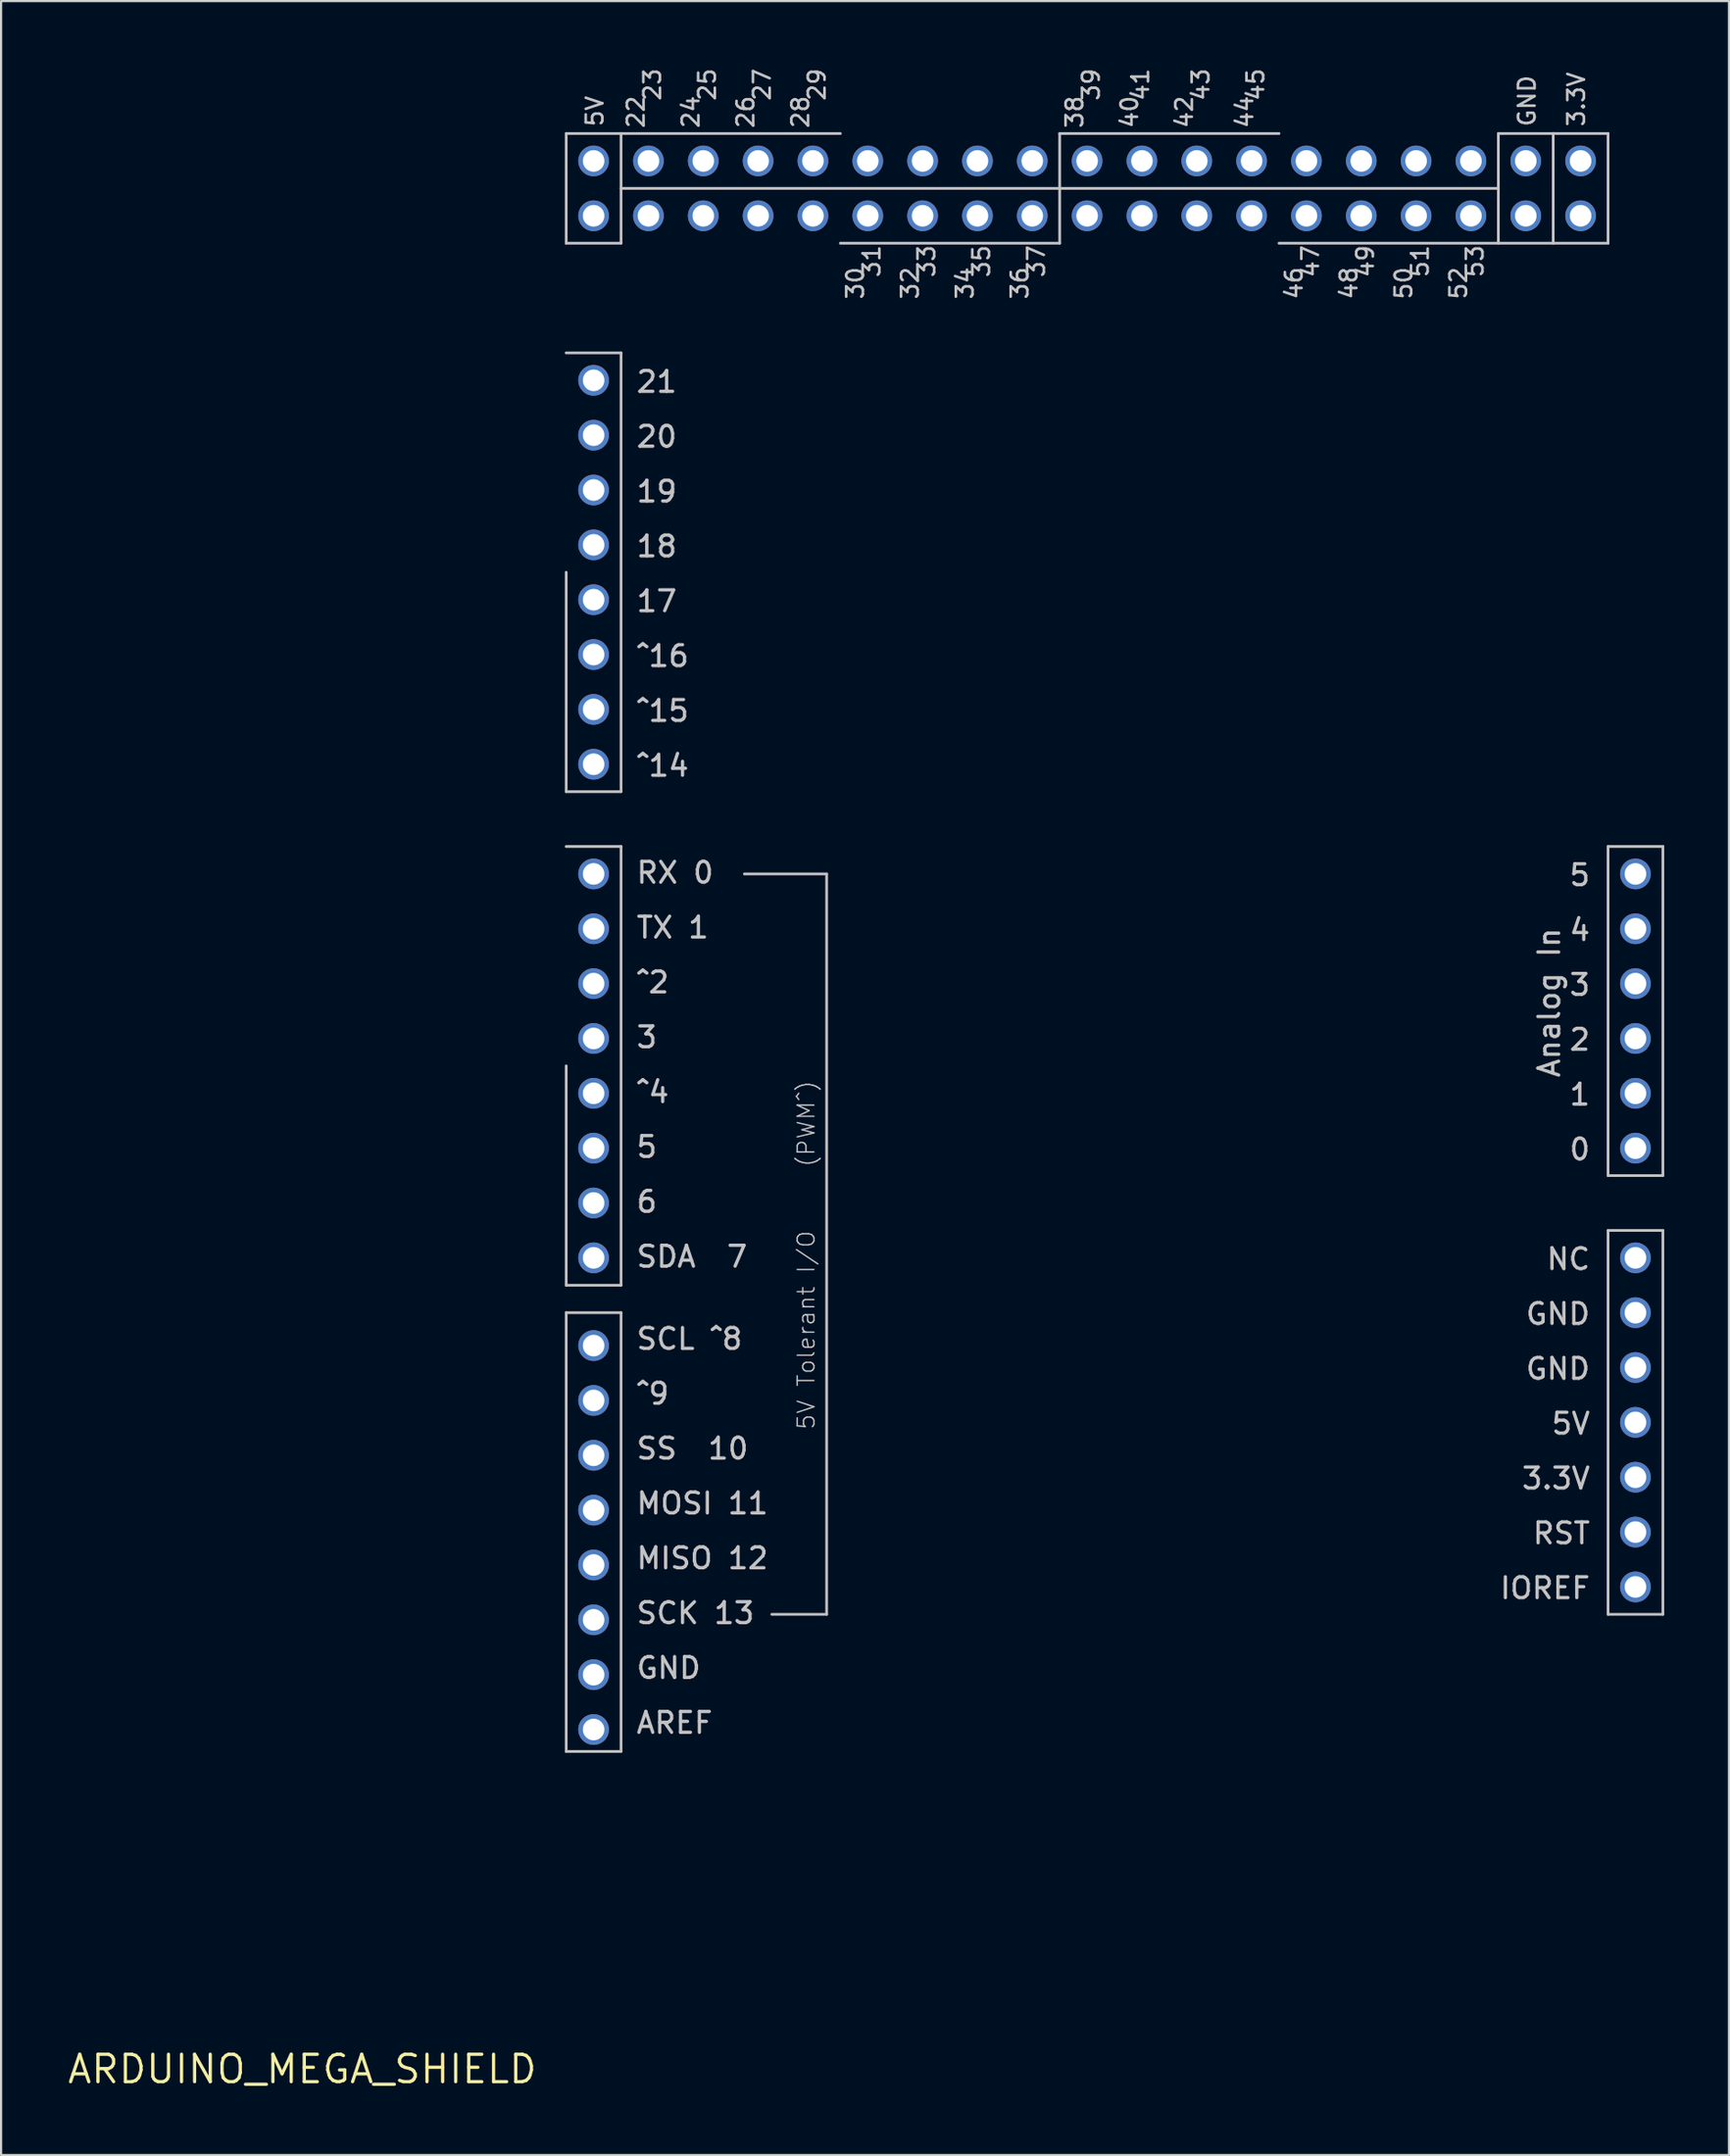
<source format=kicad_pcb>
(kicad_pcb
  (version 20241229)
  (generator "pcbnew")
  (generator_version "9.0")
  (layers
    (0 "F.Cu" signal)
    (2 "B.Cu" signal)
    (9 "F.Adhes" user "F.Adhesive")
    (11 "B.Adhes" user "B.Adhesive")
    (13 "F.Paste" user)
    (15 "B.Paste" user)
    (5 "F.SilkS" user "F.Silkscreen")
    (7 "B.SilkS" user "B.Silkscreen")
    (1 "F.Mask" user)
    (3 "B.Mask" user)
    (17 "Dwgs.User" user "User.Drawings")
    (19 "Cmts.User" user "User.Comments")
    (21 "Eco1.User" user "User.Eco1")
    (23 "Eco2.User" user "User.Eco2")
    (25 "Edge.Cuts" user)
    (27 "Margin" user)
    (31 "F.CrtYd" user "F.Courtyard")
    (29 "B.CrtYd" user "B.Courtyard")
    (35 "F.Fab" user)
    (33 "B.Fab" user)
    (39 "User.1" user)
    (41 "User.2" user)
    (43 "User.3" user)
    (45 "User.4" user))
  (footprint "ARDUINO_MEGA_SHIELD"
    (layer "F.Cu")
    (at 21.907 92.033)
    (property "Reference" "ARDUINO_MEGA_SHIELD" (at 0 0 0) (layer "F.SilkS") (effects (font (size 1.27 1.27) (thickness 0.15)) (justify right top)))
    (attr through_hole)
    (fp_line (start 1.27 -88.9) (end 1.27 -83.82) (stroke (width 0.127) (type solid)) (layer "Dwgs.User"))
    (fp_line (start 1.27 -88.9) (end 3.81 -88.9) (stroke (width 0.127) (type solid)) (layer "Dwgs.User"))
    (fp_line (start 1.27 -83.82) (end 3.81 -83.82) (stroke (width 0.127) (type solid)) (layer "Dwgs.User"))
    (fp_line (start 1.27 -78.74) (end 3.81 -78.74) (stroke (width 0.127) (type solid)) (layer "Dwgs.User"))
    (fp_line (start 1.27 -68.58) (end 1.27 -58.42) (stroke (width 0.127) (type solid)) (layer "Dwgs.User"))
    (fp_line (start 1.27 -58.42) (end 3.81 -58.42) (stroke (width 0.127) (type solid)) (layer "Dwgs.User"))
    (fp_line (start 1.27 -55.88) (end 3.81 -55.88) (stroke (width 0.127) (type solid)) (layer "Dwgs.User"))
    (fp_line (start 1.27 -45.72) (end 1.27 -35.56) (stroke (width 0.127) (type solid)) (layer "Dwgs.User"))
    (fp_line (start 1.27 -34.29) (end 3.81 -34.29) (stroke (width 0.127) (type solid)) (layer "Dwgs.User"))
    (fp_line (start 1.27 -13.97) (end 1.27 -34.29) (stroke (width 0.127) (type solid)) (layer "Dwgs.User"))
    (fp_line (start 3.81 -88.9) (end 3.81 -86.36) (stroke (width 0.127) (type solid)) (layer "Dwgs.User"))
    (fp_line (start 3.81 -88.9) (end 13.97 -88.9) (stroke (width 0.127) (type solid)) (layer "Dwgs.User"))
    (fp_line (start 3.81 -86.36) (end 3.81 -83.82) (stroke (width 0.127) (type solid)) (layer "Dwgs.User"))
    (fp_line (start 3.81 -86.36) (end 44.45 -86.36) (stroke (width 0.127) (type solid)) (layer "Dwgs.User"))
    (fp_line (start 3.81 -78.74) (end 3.81 -58.42) (stroke (width 0.127) (type solid)) (layer "Dwgs.User"))
    (fp_line (start 3.81 -55.88) (end 3.81 -35.56) (stroke (width 0.127) (type solid)) (layer "Dwgs.User"))
    (fp_line (start 3.81 -35.56) (end 1.27 -35.56) (stroke (width 0.127) (type solid)) (layer "Dwgs.User"))
    (fp_line (start 3.81 -34.29) (end 3.81 -13.97) (stroke (width 0.127) (type solid)) (layer "Dwgs.User"))
    (fp_line (start 3.81 -13.97) (end 1.27 -13.97) (stroke (width 0.127) (type solid)) (layer "Dwgs.User"))
    (fp_line (start 13.335 -54.61) (end 9.525 -54.61) (stroke (width 0.127) (type solid)) (layer "Dwgs.User"))
    (fp_line (start 13.335 -20.32) (end 10.795 -20.32) (stroke (width 0.127) (type solid)) (layer "Dwgs.User"))
    (fp_line (start 13.335 -20.32) (end 13.335 -54.61) (stroke (width 0.127) (type solid)) (layer "Dwgs.User"))
    (fp_line (start 13.97 -83.82) (end 24.13 -83.82) (stroke (width 0.127) (type solid)) (layer "Dwgs.User"))
    (fp_line (start 24.13 -88.9) (end 24.13 -83.82) (stroke (width 0.127) (type solid)) (layer "Dwgs.User"))
    (fp_line (start 24.13 -88.9) (end 34.29 -88.9) (stroke (width 0.127) (type solid)) (layer "Dwgs.User"))
    (fp_line (start 34.29 -83.82) (end 44.45 -83.82) (stroke (width 0.127) (type solid)) (layer "Dwgs.User"))
    (fp_line (start 44.45 -88.9) (end 44.45 -86.36) (stroke (width 0.127) (type solid)) (layer "Dwgs.User"))
    (fp_line (start 44.45 -86.36) (end 44.45 -83.82) (stroke (width 0.127) (type solid)) (layer "Dwgs.User"))
    (fp_line (start 44.45 -83.82) (end 46.99 -83.82) (stroke (width 0.127) (type solid)) (layer "Dwgs.User"))
    (fp_line (start 46.99 -88.9) (end 44.45 -88.9) (stroke (width 0.127) (type solid)) (layer "Dwgs.User"))
    (fp_line (start 46.99 -88.9) (end 46.99 -83.82) (stroke (width 0.127) (type solid)) (layer "Dwgs.User"))
    (fp_line (start 46.99 -83.82) (end 49.53 -83.82) (stroke (width 0.127) (type solid)) (layer "Dwgs.User"))
    (fp_line (start 49.53 -88.9) (end 46.99 -88.9) (stroke (width 0.127) (type solid)) (layer "Dwgs.User"))
    (fp_line (start 49.53 -83.82) (end 49.53 -88.9) (stroke (width 0.127) (type solid)) (layer "Dwgs.User"))
    (fp_line (start 49.53 -55.88) (end 52.07 -55.88) (stroke (width 0.127) (type solid)) (layer "Dwgs.User"))
    (fp_line (start 49.53 -40.64) (end 49.53 -55.88) (stroke (width 0.127) (type solid)) (layer "Dwgs.User"))
    (fp_line (start 49.53 -38.1) (end 49.53 -20.32) (stroke (width 0.127) (type solid)) (layer "Dwgs.User"))
    (fp_line (start 49.53 -20.32) (end 52.07 -20.32) (stroke (width 0.127) (type solid)) (layer "Dwgs.User"))
    (fp_line (start 52.07 -55.88) (end 52.07 -40.64) (stroke (width 0.127) (type solid)) (layer "Dwgs.User"))
    (fp_line (start 52.07 -40.64) (end 49.53 -40.64) (stroke (width 0.127) (type solid)) (layer "Dwgs.User"))
    (fp_line (start 52.07 -38.1) (end 49.53 -38.1) (stroke (width 0.127) (type solid)) (layer "Dwgs.User"))
    (fp_line (start 52.07 -20.32) (end 52.07 -38.1) (stroke (width 0.127) (type solid)) (layer "Dwgs.User"))
    (fp_text user "SDA  7" (at 4.445 -36.322 0) (layer "Dwgs.User") (effects (font (size 0.965 0.965) (thickness 0.152)) (justify left bottom)))
    (fp_text user "GND" (at 48.781 -32.258 0) (layer "Dwgs.User") (effects (font (size 0.965 0.965) (thickness 0.152)) (justify right top)))
    (fp_text user "MOSI 11" (at 4.445 -24.892 0) (layer "Dwgs.User") (effects (font (size 0.965 0.965) (thickness 0.152)) (justify left bottom)))
    (fp_text user "19" (at 4.445 -71.755 0) (layer "Dwgs.User") (effects (font (size 0.965 0.965) (thickness 0.152)) (justify left bottom)))
    (fp_text user "SCK 13" (at 4.445 -19.812 0) (layer "Dwgs.User") (effects (font (size 0.965 0.965) (thickness 0.152)) (justify left bottom)))
    (fp_text user "5V" (at 48.781 -29.718 0) (layer "Dwgs.User") (effects (font (size 0.965 0.965) (thickness 0.152)) (justify right top)))
    (fp_text user "6" (at 4.445 -38.862 0) (layer "Dwgs.User") (effects (font (size 0.965 0.965) (thickness 0.152)) (justify left bottom)))
    (fp_text user "27" (at 10.795 -90.351 90) (layer "Dwgs.User") (effects (font (size 0.772 0.772) (thickness 0.122)) (justify left bottom)))
    (fp_text user "0" (at 48.781 -42.418 0) (layer "Dwgs.User") (effects (font (size 0.965 0.965) (thickness 0.152)) (justify right top)))
    (fp_text user "43" (at 31.115 -90.351 90) (layer "Dwgs.User") (effects (font (size 0.772 0.772) (thickness 0.122)) (justify left bottom)))
    (fp_text user "21" (at 4.445 -76.835 0) (layer "Dwgs.User") (effects (font (size 0.965 0.965) (thickness 0.152)) (justify left bottom)))
    (fp_text user "41" (at 28.321 -90.351 90) (layer "Dwgs.User") (effects (font (size 0.772 0.772) (thickness 0.122)) (justify left bottom)))
    (fp_text user "17" (at 4.445 -66.675 0) (layer "Dwgs.User") (effects (font (size 0.965 0.965) (thickness 0.152)) (justify left bottom)))
    (fp_text user "TX 1" (at 4.445 -51.562 0) (layer "Dwgs.User") (effects (font (size 0.965 0.965) (thickness 0.152)) (justify left bottom)))
    (fp_text user "^4" (at 4.445 -43.942 0) (layer "Dwgs.User") (effects (font (size 0.965 0.965) (thickness 0.152)) (justify left bottom)))
    (fp_text user "20" (at 4.445 -74.295 0) (layer "Dwgs.User") (effects (font (size 0.965 0.965) (thickness 0.152)) (justify left bottom)))
    (fp_text user "26" (at 10.033 -89.081 90) (layer "Dwgs.User") (effects (font (size 0.772 0.772) (thickness 0.122)) (justify left bottom)))
    (fp_text user "3.3V" (at 48.514 -89.154 90) (layer "Dwgs.User") (effects (font (size 0.772 0.772) (thickness 0.122)) (justify left bottom)))
    (fp_text user "39" (at 26.035 -90.351 90) (layer "Dwgs.User") (effects (font (size 0.772 0.772) (thickness 0.122)) (justify left bottom)))
    (fp_text user "5" (at 4.445 -41.402 0) (layer "Dwgs.User") (effects (font (size 0.965 0.965) (thickness 0.152)) (justify left bottom)))
    (fp_text user "49" (at 38.735 -82.169 90) (layer "Dwgs.User") (effects (font (size 0.772 0.772) (thickness 0.122)) (justify left bottom)))
    (fp_text user "45" (at 33.655 -90.351 90) (layer "Dwgs.User") (effects (font (size 0.772 0.772) (thickness 0.122)) (justify left bottom)))
    (fp_text user "46" (at 35.433 -81.153 90) (layer "Dwgs.User") (effects (font (size 0.772 0.772) (thickness 0.122)) (justify left bottom)))
    (fp_text user "32" (at 17.653 -81.153 90) (layer "Dwgs.User") (effects (font (size 0.772 0.772) (thickness 0.122)) (justify left bottom)))
    (fp_text user "GND" (at 48.781 -34.798 0) (layer "Dwgs.User") (effects (font (size 0.965 0.965) (thickness 0.152)) (justify right top)))
    (fp_text user "25" (at 8.255 -90.351 90) (layer "Dwgs.User") (effects (font (size 0.772 0.772) (thickness 0.122)) (justify left bottom)))
    (fp_text user "GND" (at 46.228 -89.154 90) (layer "Dwgs.User") (effects (font (size 0.772 0.772) (thickness 0.122)) (justify left bottom)))
    (fp_text user "50" (at 40.513 -81.153 90) (layer "Dwgs.User") (effects (font (size 0.772 0.772) (thickness 0.122)) (justify left bottom)))
    (fp_text user "31" (at 15.875 -82.169 90) (layer "Dwgs.User") (effects (font (size 0.772 0.772) (thickness 0.122)) (justify left bottom)))
    (fp_text user "IOREF" (at 48.781 -22.098 0) (layer "Dwgs.User") (effects (font (size 0.965 0.965) (thickness 0.152)) (justify right top)))
    (fp_text user "GND" (at 4.445 -17.272 0) (layer "Dwgs.User") (effects (font (size 0.965 0.965) (thickness 0.152)) (justify left bottom)))
    (fp_text user "37" (at 23.495 -82.169 90) (layer "Dwgs.User") (effects (font (size 0.772 0.772) (thickness 0.122)) (justify left bottom)))
    (fp_text user "5V Tolerant I/O     (PWM^)" (at 11.938 -45.085 90) (layer "Dwgs.User") (effects (font (size 0.772 0.772) (thickness 0.065)) (justify right top)))
    (fp_text user "52" (at 43.053 -81.153 90) (layer "Dwgs.User") (effects (font (size 0.772 0.772) (thickness 0.122)) (justify left bottom)))
    (fp_text user "3" (at 4.445 -46.482 0) (layer "Dwgs.User") (effects (font (size 0.965 0.965) (thickness 0.152)) (justify left bottom)))
    (fp_text user "40" (at 27.813 -89.081 90) (layer "Dwgs.User") (effects (font (size 0.772 0.772) (thickness 0.122)) (justify left bottom)))
    (fp_text user "5" (at 48.781 -55.118 0) (layer "Dwgs.User") (effects (font (size 0.965 0.965) (thickness 0.152)) (justify right top)))
    (fp_text user "29" (at 13.335 -90.351 90) (layer "Dwgs.User") (effects (font (size 0.772 0.772) (thickness 0.122)) (justify left bottom)))
    (fp_text user "NC" (at 48.781 -37.338 0) (layer "Dwgs.User") (effects (font (size 0.965 0.965) (thickness 0.152)) (justify right top)))
    (fp_text user "28" (at 12.573 -89.081 90) (layer "Dwgs.User") (effects (font (size 0.772 0.772) (thickness 0.122)) (justify left bottom)))
    (fp_text user "38" (at 25.273 -89.081 90) (layer "Dwgs.User") (effects (font (size 0.772 0.772) (thickness 0.122)) (justify left bottom)))
    (fp_text user "35" (at 20.955 -82.169 90) (layer "Dwgs.User") (effects (font (size 0.772 0.772) (thickness 0.122)) (justify left bottom)))
    (fp_text user "4" (at 48.781 -52.578 0) (layer "Dwgs.User") (effects (font (size 0.965 0.965) (thickness 0.152)) (justify right top)))
    (fp_text user "36" (at 22.733 -81.153 90) (layer "Dwgs.User") (effects (font (size 0.772 0.772) (thickness 0.122)) (justify left bottom)))
    (fp_text user "3.3V" (at 48.781 -27.178 0) (layer "Dwgs.User") (effects (font (size 0.965 0.965) (thickness 0.152)) (justify right top)))
    (fp_text user "24" (at 7.493 -89.081 90) (layer "Dwgs.User") (effects (font (size 0.772 0.772) (thickness 0.122)) (justify left bottom)))
    (fp_text user "3" (at 48.781 -50.038 0) (layer "Dwgs.User") (effects (font (size 0.965 0.965) (thickness 0.152)) (justify right top)))
    (fp_text user "34" (at 20.193 -81.153 90) (layer "Dwgs.User") (effects (font (size 0.772 0.772) (thickness 0.122)) (justify left bottom)))
    (fp_text user "SCL ^8" (at 4.445 -32.512 0) (layer "Dwgs.User") (effects (font (size 0.965 0.965) (thickness 0.152)) (justify left bottom)))
    (fp_text user "2" (at 48.781 -47.498 0) (layer "Dwgs.User") (effects (font (size 0.965 0.965) (thickness 0.152)) (justify right top)))
    (fp_text user "44" (at 33.147 -89.081 90) (layer "Dwgs.User") (effects (font (size 0.772 0.772) (thickness 0.122)) (justify left bottom)))
    (fp_text user "22" (at 4.953 -89.081 90) (layer "Dwgs.User") (effects (font (size 0.772 0.772) (thickness 0.122)) (justify left bottom)))
    (fp_text user "^2" (at 4.445 -49.022 0) (layer "Dwgs.User") (effects (font (size 0.965 0.965) (thickness 0.152)) (justify left bottom)))
    (fp_text user "18" (at 4.445 -69.215 0) (layer "Dwgs.User") (effects (font (size 0.965 0.965) (thickness 0.152)) (justify left bottom)))
    (fp_text user "5V" (at 3.048 -89.154 90) (layer "Dwgs.User") (effects (font (size 0.772 0.772) (thickness 0.122)) (justify left bottom)))
    (fp_text user "SS  10" (at 4.445 -27.432 0) (layer "Dwgs.User") (effects (font (size 0.965 0.965) (thickness 0.152)) (justify left bottom)))
    (fp_text user "^9" (at 4.445 -29.972 0) (layer "Dwgs.User") (effects (font (size 0.965 0.965) (thickness 0.152)) (justify left bottom)))
    (fp_text user "30" (at 15.113 -81.153 90) (layer "Dwgs.User") (effects (font (size 0.772 0.772) (thickness 0.122)) (justify left bottom)))
    (fp_text user "^14" (at 4.445 -59.055 0) (layer "Dwgs.User") (effects (font (size 0.965 0.965) (thickness 0.152)) (justify left bottom)))
    (fp_text user "53" (at 43.815 -82.169 90) (layer "Dwgs.User") (effects (font (size 0.772 0.772) (thickness 0.122)) (justify left bottom)))
    (fp_text user "47" (at 36.195 -82.169 90) (layer "Dwgs.User") (effects (font (size 0.772 0.772) (thickness 0.122)) (justify left bottom)))
    (fp_text user "33" (at 18.415 -82.169 90) (layer "Dwgs.User") (effects (font (size 0.772 0.772) (thickness 0.122)) (justify left bottom)))
    (fp_text user "23" (at 5.715 -90.351 90) (layer "Dwgs.User") (effects (font (size 0.772 0.772) (thickness 0.122)) (justify left bottom)))
    (fp_text user "48" (at 37.973 -81.153 90) (layer "Dwgs.User") (effects (font (size 0.772 0.772) (thickness 0.122)) (justify left bottom)))
    (fp_text user "42" (at 30.353 -89.081 90) (layer "Dwgs.User") (effects (font (size 0.772 0.772) (thickness 0.122)) (justify left bottom)))
    (fp_text user "51" (at 41.275 -82.169 90) (layer "Dwgs.User") (effects (font (size 0.772 0.772) (thickness 0.122)) (justify left bottom)))
    (fp_text user "1" (at 48.781 -44.958 0) (layer "Dwgs.User") (effects (font (size 0.965 0.965) (thickness 0.152)) (justify right top)))
    (fp_text user "RST" (at 48.781 -24.638 0) (layer "Dwgs.User") (effects (font (size 0.965 0.965) (thickness 0.152)) (justify right top)))
    (fp_text user "RX 0" (at 4.445 -54.102 0) (layer "Dwgs.User") (effects (font (size 0.965 0.965) (thickness 0.152)) (justify left bottom)))
    (fp_text user "Analog In" (at 46.241 -52.197 90) (layer "Dwgs.User") (effects (font (size 0.965 0.965) (thickness 0.152)) (justify right top)))
    (fp_text user "^15" (at 4.445 -61.595 0) (layer "Dwgs.User") (effects (font (size 0.965 0.965) (thickness 0.152)) (justify left bottom)))
    (fp_text user "MISO 12" (at 4.445 -22.352 0) (layer "Dwgs.User") (effects (font (size 0.965 0.965) (thickness 0.152)) (justify left bottom)))
    (fp_text user "^16" (at 4.445 -64.135 0) (layer "Dwgs.User") (effects (font (size 0.965 0.965) (thickness 0.152)) (justify left bottom)))
    (fp_text user "AREF" (at 4.445 -14.732 0) (layer "Dwgs.User") (effects (font (size 0.965 0.965) (thickness 0.152)) (justify left bottom)))
    (pad "3.3V" thru_hole circle (at 50.8 -26.67 90) (size 1.422 1.422) (drill 1) (layers "*.Cu" "*.Mask"))
    (pad "3V3@1" thru_hole circle (at 48.26 -85.09 90) (size 1.422 1.422) (drill 1) (layers "*.Cu" "*.Mask"))
    (pad "3V3@2" thru_hole circle (at 48.26 -87.63 90) (size 1.422 1.422) (drill 1) (layers "*.Cu" "*.Mask"))
    (pad "5V@0" thru_hole circle (at 50.8 -29.21 90) (size 1.422 1.422) (drill 1) (layers "*.Cu" "*.Mask"))
    (pad "5V@1" thru_hole circle (at 2.54 -85.09 90) (size 1.422 1.422) (drill 1) (layers "*.Cu" "*.Mask"))
    (pad "5V@2" thru_hole circle (at 2.54 -87.63 90) (size 1.422 1.422) (drill 1) (layers "*.Cu" "*.Mask"))
    (pad "A0" thru_hole circle (at 50.8 -41.91 90) (size 1.422 1.422) (drill 1) (layers "*.Cu" "*.Mask"))
    (pad "A1" thru_hole circle (at 50.8 -44.45 90) (size 1.422 1.422) (drill 1) (layers "*.Cu" "*.Mask"))
    (pad "A2" thru_hole circle (at 50.8 -46.99 90) (size 1.422 1.422) (drill 1) (layers "*.Cu" "*.Mask"))
    (pad "A3" thru_hole circle (at 50.8 -49.53 90) (size 1.422 1.422) (drill 1) (layers "*.Cu" "*.Mask"))
    (pad "A4" thru_hole circle (at 50.8 -52.07 90) (size 1.422 1.422) (drill 1) (layers "*.Cu" "*.Mask"))
    (pad "A5" thru_hole circle (at 50.8 -54.61 90) (size 1.422 1.422) (drill 1) (layers "*.Cu" "*.Mask"))
    (pad "AREF" thru_hole circle (at 2.54 -14.986 90) (size 1.422 1.422) (drill 1) (layers "*.Cu" "*.Mask"))
    (pad "D2" thru_hole circle (at 2.54 -49.53 90) (size 1.422 1.422) (drill 1) (layers "*.Cu" "*.Mask"))
    (pad "D3" thru_hole circle (at 2.54 -46.99 90) (size 1.422 1.422) (drill 1) (layers "*.Cu" "*.Mask"))
    (pad "D4" thru_hole circle (at 2.54 -44.45 90) (size 1.422 1.422) (drill 1) (layers "*.Cu" "*.Mask"))
    (pad "D5" thru_hole circle (at 2.54 -41.91 90) (size 1.422 1.422) (drill 1) (layers "*.Cu" "*.Mask"))
    (pad "D6" thru_hole circle (at 2.54 -39.37 90) (size 1.422 1.422) (drill 1) (layers "*.Cu" "*.Mask"))
    (pad "D7" thru_hole circle (at 2.54 -36.83 90) (size 1.422 1.422) (drill 1) (layers "*.Cu" "*.Mask"))
    (pad "D8" thru_hole circle (at 2.54 -32.766 90) (size 1.422 1.422) (drill 1) (layers "*.Cu" "*.Mask"))
    (pad "D9" thru_hole circle (at 2.54 -30.226 90) (size 1.422 1.422) (drill 1) (layers "*.Cu" "*.Mask"))
    (pad "D10" thru_hole circle (at 2.54 -27.686 90) (size 1.422 1.422) (drill 1) (layers "*.Cu" "*.Mask"))
    (pad "D11" thru_hole circle (at 2.54 -25.146 90) (size 1.422 1.422) (drill 1) (layers "*.Cu" "*.Mask"))
    (pad "D12" thru_hole circle (at 2.54 -22.606 90) (size 1.422 1.422) (drill 1) (layers "*.Cu" "*.Mask"))
    (pad "D13" thru_hole circle (at 2.54 -20.066 90) (size 1.422 1.422) (drill 1) (layers "*.Cu" "*.Mask"))
    (pad "D14" thru_hole circle (at 2.54 -59.69 90) (size 1.422 1.422) (drill 1) (layers "*.Cu" "*.Mask"))
    (pad "D15" thru_hole circle (at 2.54 -62.23 90) (size 1.422 1.422) (drill 1) (layers "*.Cu" "*.Mask"))
    (pad "D16" thru_hole circle (at 2.54 -64.77 90) (size 1.422 1.422) (drill 1) (layers "*.Cu" "*.Mask"))
    (pad "D17" thru_hole circle (at 2.54 -67.31 90) (size 1.422 1.422) (drill 1) (layers "*.Cu" "*.Mask"))
    (pad "D18" thru_hole circle (at 2.54 -69.85 90) (size 1.422 1.422) (drill 1) (layers "*.Cu" "*.Mask"))
    (pad "D19" thru_hole circle (at 2.54 -72.39 90) (size 1.422 1.422) (drill 1) (layers "*.Cu" "*.Mask"))
    (pad "D20" thru_hole circle (at 2.54 -74.93 90) (size 1.422 1.422) (drill 1) (layers "*.Cu" "*.Mask"))
    (pad "D21" thru_hole circle (at 2.54 -77.47 90) (size 1.422 1.422) (drill 1) (layers "*.Cu" "*.Mask"))
    (pad "D22" thru_hole circle (at 5.08 -85.09 90) (size 1.422 1.422) (drill 1) (layers "*.Cu" "*.Mask"))
    (pad "D23" thru_hole circle (at 5.08 -87.63 90) (size 1.422 1.422) (drill 1) (layers "*.Cu" "*.Mask"))
    (pad "D24" thru_hole circle (at 7.62 -85.09 90) (size 1.422 1.422) (drill 1) (layers "*.Cu" "*.Mask"))
    (pad "D25" thru_hole circle (at 7.62 -87.63 90) (size 1.422 1.422) (drill 1) (layers "*.Cu" "*.Mask"))
    (pad "D26" thru_hole circle (at 10.16 -85.09 90) (size 1.422 1.422) (drill 1) (layers "*.Cu" "*.Mask"))
    (pad "D27" thru_hole circle (at 10.16 -87.63 90) (size 1.422 1.422) (drill 1) (layers "*.Cu" "*.Mask"))
    (pad "D28" thru_hole circle (at 12.7 -85.09 90) (size 1.422 1.422) (drill 1) (layers "*.Cu" "*.Mask"))
    (pad "D29" thru_hole circle (at 12.7 -87.63 90) (size 1.422 1.422) (drill 1) (layers "*.Cu" "*.Mask"))
    (pad "D30" thru_hole circle (at 15.24 -85.09 90) (size 1.422 1.422) (drill 1) (layers "*.Cu" "*.Mask"))
    (pad "D31" thru_hole circle (at 15.24 -87.63 90) (size 1.422 1.422) (drill 1) (layers "*.Cu" "*.Mask"))
    (pad "D32" thru_hole circle (at 17.78 -85.09 90) (size 1.422 1.422) (drill 1) (layers "*.Cu" "*.Mask"))
    (pad "D33" thru_hole circle (at 17.78 -87.63 90) (size 1.422 1.422) (drill 1) (layers "*.Cu" "*.Mask"))
    (pad "D34" thru_hole circle (at 20.32 -85.09 90) (size 1.422 1.422) (drill 1) (layers "*.Cu" "*.Mask"))
    (pad "D35" thru_hole circle (at 20.32 -87.63 90) (size 1.422 1.422) (drill 1) (layers "*.Cu" "*.Mask"))
    (pad "D36" thru_hole circle (at 22.86 -85.09 90) (size 1.422 1.422) (drill 1) (layers "*.Cu" "*.Mask"))
    (pad "D37" thru_hole circle (at 22.86 -87.63 90) (size 1.422 1.422) (drill 1) (layers "*.Cu" "*.Mask"))
    (pad "D38" thru_hole circle (at 25.4 -85.09 90) (size 1.422 1.422) (drill 1) (layers "*.Cu" "*.Mask"))
    (pad "D39" thru_hole circle (at 25.4 -87.63 90) (size 1.422 1.422) (drill 1) (layers "*.Cu" "*.Mask"))
    (pad "D40" thru_hole circle (at 27.94 -85.09 90) (size 1.422 1.422) (drill 1) (layers "*.Cu" "*.Mask"))
    (pad "D41" thru_hole circle (at 27.94 -87.63 90) (size 1.422 1.422) (drill 1) (layers "*.Cu" "*.Mask"))
    (pad "D42" thru_hole circle (at 30.48 -85.09 90) (size 1.422 1.422) (drill 1) (layers "*.Cu" "*.Mask"))
    (pad "D43" thru_hole circle (at 30.48 -87.63 90) (size 1.422 1.422) (drill 1) (layers "*.Cu" "*.Mask"))
    (pad "D44" thru_hole circle (at 33.02 -85.09 90) (size 1.422 1.422) (drill 1) (layers "*.Cu" "*.Mask"))
    (pad "D45" thru_hole circle (at 33.02 -87.63 90) (size 1.422 1.422) (drill 1) (layers "*.Cu" "*.Mask"))
    (pad "D46" thru_hole circle (at 35.56 -85.09 90) (size 1.422 1.422) (drill 1) (layers "*.Cu" "*.Mask"))
    (pad "D47" thru_hole circle (at 35.56 -87.63 90) (size 1.422 1.422) (drill 1) (layers "*.Cu" "*.Mask"))
    (pad "D48" thru_hole circle (at 38.1 -85.09 90) (size 1.422 1.422) (drill 1) (layers "*.Cu" "*.Mask"))
    (pad "D49" thru_hole circle (at 38.1 -87.63 90) (size 1.422 1.422) (drill 1) (layers "*.Cu" "*.Mask"))
    (pad "D50" thru_hole circle (at 40.64 -85.09 90) (size 1.422 1.422) (drill 1) (layers "*.Cu" "*.Mask"))
    (pad "D51" thru_hole circle (at 40.64 -87.63 90) (size 1.422 1.422) (drill 1) (layers "*.Cu" "*.Mask"))
    (pad "D52" thru_hole circle (at 43.18 -85.09 90) (size 1.422 1.422) (drill 1) (layers "*.Cu" "*.Mask"))
    (pad "D53" thru_hole circle (at 43.18 -87.63 90) (size 1.422 1.422) (drill 1) (layers "*.Cu" "*.Mask"))
    (pad "GND@0" thru_hole circle (at 50.8 -31.75 90) (size 1.422 1.422) (drill 1) (layers "*.Cu" "*.Mask"))
    (pad "GND@1" thru_hole circle (at 50.8 -34.29 90) (size 1.422 1.422) (drill 1) (layers "*.Cu" "*.Mask"))
    (pad "GND@2" thru_hole circle (at 2.54 -17.526 90) (size 1.422 1.422) (drill 1) (layers "*.Cu" "*.Mask"))
    (pad "GND@3" thru_hole circle (at 45.72 -85.09 90) (size 1.422 1.422) (drill 1) (layers "*.Cu" "*.Mask"))
    (pad "GND@4" thru_hole circle (at 45.72 -87.63 90) (size 1.422 1.422) (drill 1) (layers "*.Cu" "*.Mask"))
    (pad "IOREF" thru_hole circle (at 50.8 -21.59 90) (size 1.422 1.422) (drill 1) (layers "*.Cu" "*.Mask"))
    (pad "RES" thru_hole circle (at 50.8 -24.13 90) (size 1.422 1.422) (drill 1) (layers "*.Cu" "*.Mask"))
    (pad "RX" thru_hole circle (at 2.54 -54.61 90) (size 1.422 1.422) (drill 1) (layers "*.Cu" "*.Mask"))
    (pad "TX" thru_hole circle (at 2.54 -52.07 90) (size 1.422 1.422) (drill 1) (layers "*.Cu" "*.Mask"))
    (pad "VIN" thru_hole circle (at 50.8 -36.83 90) (size 1.422 1.422) (drill 1) (layers "*.Cu" "*.Mask")))
  (gr_rect
    (start -3 -3)
    (end 77.04 96.753)
    (stroke (width 0.1) (type default))
    (fill no)
    (layer "Edge.Cuts")))
</source>
